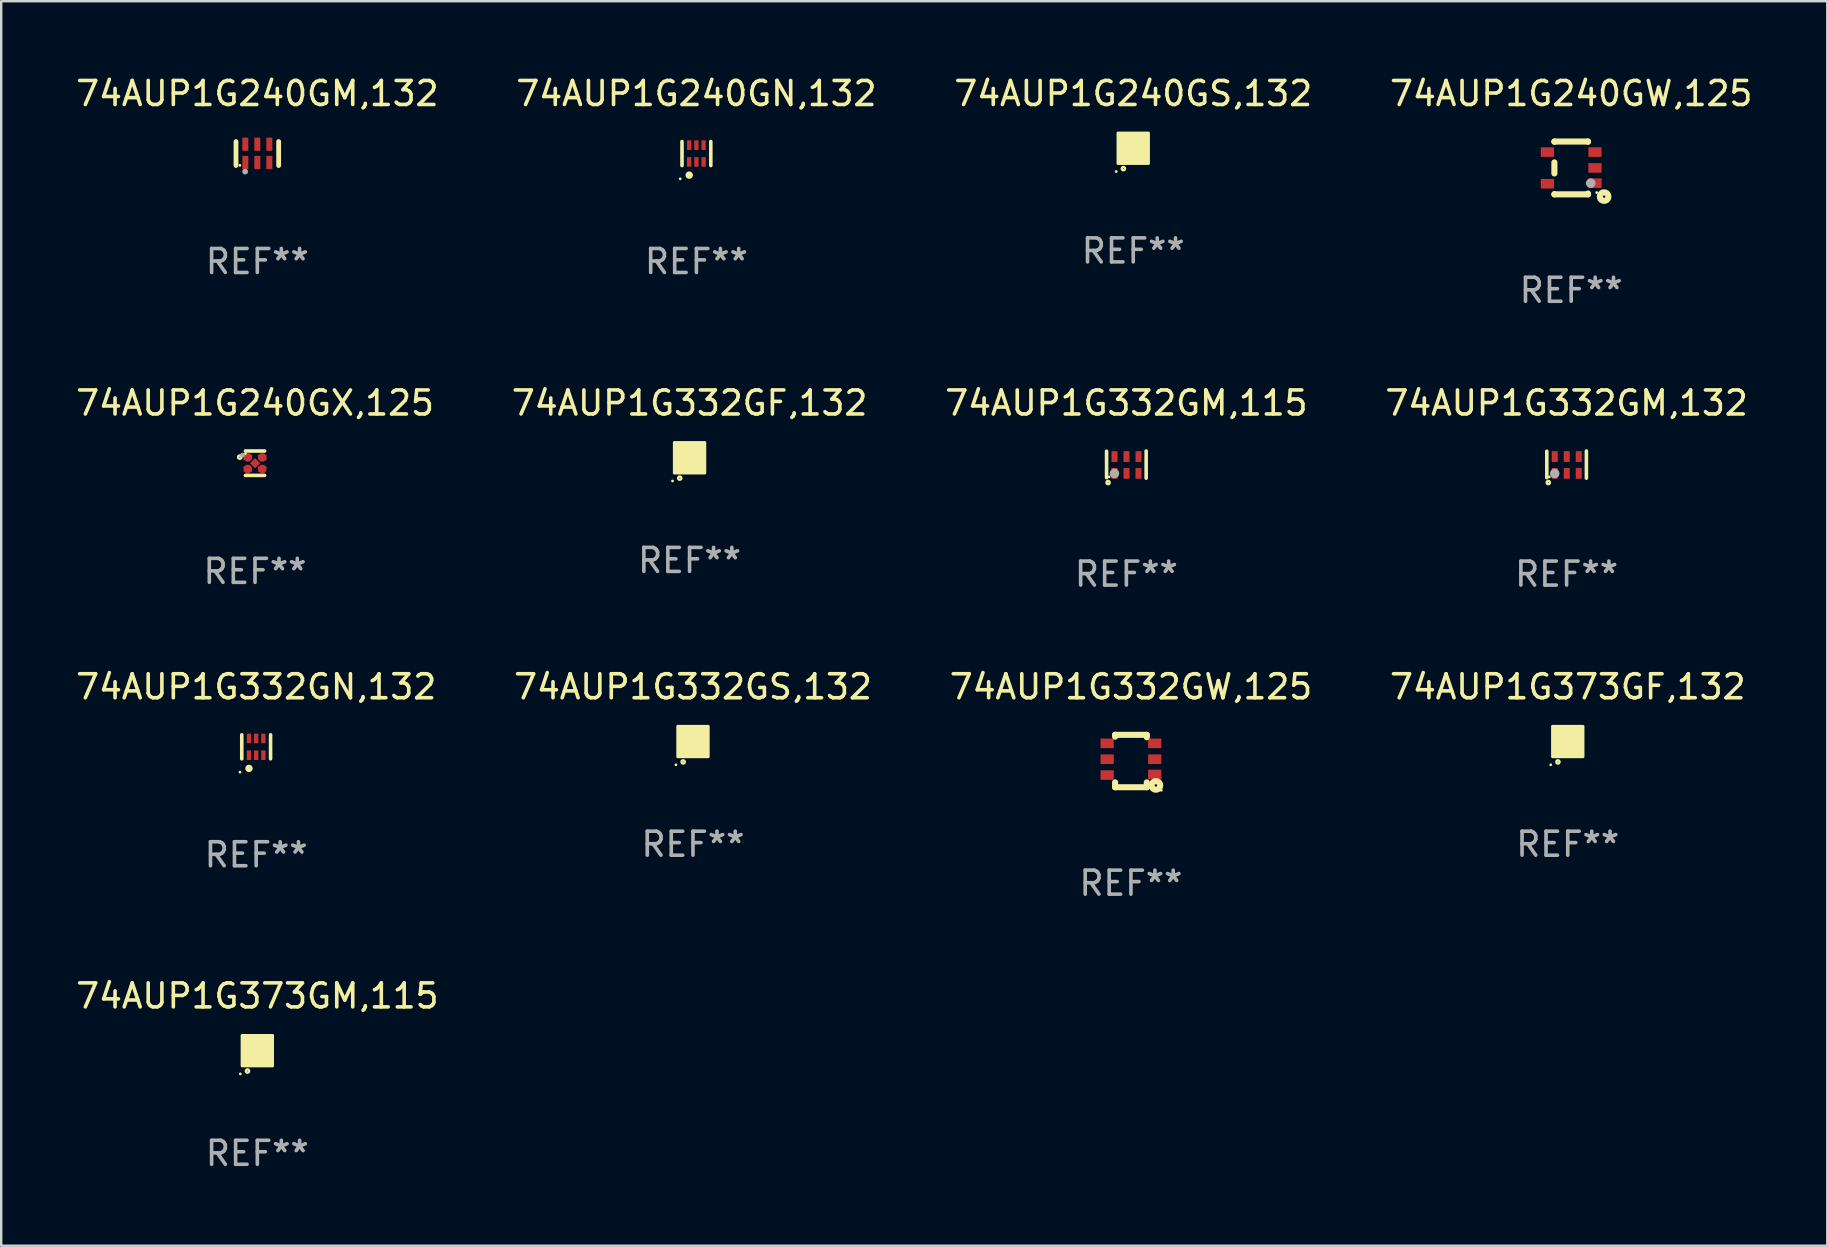
<source format=kicad_pcb>
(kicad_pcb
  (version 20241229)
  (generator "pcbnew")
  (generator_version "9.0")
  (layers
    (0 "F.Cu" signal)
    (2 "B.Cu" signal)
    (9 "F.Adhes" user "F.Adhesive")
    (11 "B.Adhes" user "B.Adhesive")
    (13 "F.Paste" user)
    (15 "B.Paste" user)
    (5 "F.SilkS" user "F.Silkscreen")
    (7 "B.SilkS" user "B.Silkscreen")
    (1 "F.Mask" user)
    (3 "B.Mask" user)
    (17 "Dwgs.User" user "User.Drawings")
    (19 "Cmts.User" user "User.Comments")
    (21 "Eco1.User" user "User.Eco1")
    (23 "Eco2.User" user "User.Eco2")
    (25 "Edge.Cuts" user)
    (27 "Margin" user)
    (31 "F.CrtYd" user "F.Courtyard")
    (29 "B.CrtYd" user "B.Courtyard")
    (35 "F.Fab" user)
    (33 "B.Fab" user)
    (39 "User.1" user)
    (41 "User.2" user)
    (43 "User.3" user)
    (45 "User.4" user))
  (footprint "74AUP1G240GW,125"
    (layer "F.Cu")
    (at 62.423 3.948)
    (property "Reference" "74AUP1G240GW,125" (at 0 -3.1 0) (layer "F.SilkS") (effects (font (size 1 1) (thickness 0.15))))
    (attr through_hole)
    (fp_line (start -0.7 -1.1) (end 0.7 -1.1) (stroke (width 0.254) (type solid)) (layer "F.SilkS"))
    (fp_line (start -0.7 -1.09) (end -0.7 -1.1) (stroke (width 0.254) (type solid)) (layer "F.SilkS"))
    (fp_line (start -0.7 0.23) (end -0.7 -0.23) (stroke (width 0.254) (type solid)) (layer "F.SilkS"))
    (fp_line (start -0.7 1.1) (end -0.7 1.09) (stroke (width 0.254) (type solid)) (layer "F.SilkS"))
    (fp_line (start -0.7 1.1) (end 0.7 1.1) (stroke (width 0.254) (type solid)) (layer "F.SilkS"))
    (fp_line (start 0.7 -1.09) (end 0.7 -1.1) (stroke (width 0.254) (type solid)) (layer "F.SilkS"))
    (fp_line (start 0.7 1.1) (end 0.7 1.065) (stroke (width 0.254) (type solid)) (layer "F.SilkS"))
    (fp_circle (center 1.062 1.025) (end 1.092 1.025) (stroke (width 0.06) (type solid)) (fill no) (layer "F.SilkS"))
    (fp_circle (center 1.372 1.194) (end 1.422 1.194) (stroke (width 0.254) (type solid)) (fill no) (layer "F.SilkS"))
    (fp_circle (center 0.813 0.635) (end 0.913 0.635) (stroke (width 0.2) (type solid)) (fill no) (layer "F.Fab"))
    (fp_text user "REF**" (at 0 5.1 0) (layer "F.Fab") (effects (font (size 1 1) (thickness 0.15))))
    (pad "1" smd rect (at 0.991 0.635 270) (size 0.399 0.551) (layers "F.Cu" "F.Mask" "F.Paste"))
    (pad "2" smd rect (at 0.991 0.000051 270) (size 0.399 0.551) (layers "F.Cu" "F.Mask" "F.Paste"))
    (pad "3" smd rect (at 0.991 -0.66 270) (size 0.399 0.551) (layers "F.Cu" "F.Mask" "F.Paste"))
    (pad "4" smd rect (at -0.991 -0.66 270) (size 0.399 0.551) (layers "F.Cu" "F.Mask" "F.Paste"))
    (pad "5" smd rect (at -0.991 0.66 270) (size 0.399 0.551) (layers "F.Cu" "F.Mask" "F.Paste")))
  (footprint "74AUP1G240GM,132"
    (layer "F.Cu")
    (at 7.673 3.348)
    (property "Reference" "74AUP1G240GM,132" (at 0 -2.5 0) (layer "F.SilkS") (effects (font (size 1 1) (thickness 0.15))))
    (attr through_hole)
    (fp_line (start -0.889 0.5) (end -0.889 -0.5) (stroke (width 0.2) (type solid)) (layer "F.SilkS"))
    (fp_line (start 0.889 0.5) (end 0.889 -0.5) (stroke (width 0.2) (type solid)) (layer "F.SilkS"))
    (fp_circle (center -0.725 0.492) (end -0.695 0.492) (stroke (width 0.06) (type solid)) (fill no) (layer "F.SilkS"))
    (fp_circle (center -0.508 0.754) (end -0.448 0.754) (stroke (width 0.12) (type solid)) (fill no) (layer "F.Fab"))
    (fp_text user "REF**" (at 0 4.5 0) (layer "F.Fab") (effects (font (size 1 1) (thickness 0.15))))
    (pad "1" smd rect (at -0.5 0.372) (size 0.25 0.55) (layers "F.Cu" "F.Mask" "F.Paste"))
    (pad "2" smd rect (at -0.000127 0.372) (size 0.25 0.55) (layers "F.Cu" "F.Mask" "F.Paste"))
    (pad "3" smd rect (at 0.5 0.372) (size 0.25 0.55) (layers "F.Cu" "F.Mask" "F.Paste"))
    (pad "4" smd rect (at 0.5 -0.388 180) (size 0.25 0.55) (layers "F.Cu" "F.Mask" "F.Paste"))
    (pad "5" smd rect (at -0.000127 -0.388 180) (size 0.25 0.55) (layers "F.Cu" "F.Mask" "F.Paste"))
    (pad "6" smd rect (at -0.5 -0.388 180) (size 0.25 0.55) (layers "F.Cu" "F.Mask" "F.Paste")))
  (footprint "74AUP1G240GN,132"
    (layer "F.Cu")
    (at 25.97 3.348)
    (property "Reference" "74AUP1G240GN,132" (at 0 -2.5 0) (layer "F.SilkS") (effects (font (size 1 1) (thickness 0.15))))
    (attr through_hole)
    (fp_line (start -0.6 -0.5) (end -0.6 0.5) (stroke (width 0.15) (type solid)) (layer "F.SilkS"))
    (fp_line (start 0.6 0.5) (end 0.6 -0.5) (stroke (width 0.15) (type solid)) (layer "F.SilkS"))
    (fp_circle (center -0.675 1.055) (end -0.645 1.055) (stroke (width 0.06) (type solid)) (fill no) (layer "F.SilkS"))
    (fp_circle (center -0.3 0.9) (end -0.22 0.9) (stroke (width 0.15) (type solid)) (fill no) (layer "F.SilkS"))
    (fp_text user "REF**" (at 0 4.5 0) (layer "F.Fab") (effects (font (size 1 1) (thickness 0.15))))
    (pad "1" smd rect (at -0.3 0.35) (size 0.18 0.4) (layers "F.Cu" "F.Mask" "F.Paste"))
    (pad "2" smd rect (at 0.000025 0.35) (size 0.18 0.4) (layers "F.Cu" "F.Mask" "F.Paste"))
    (pad "3" smd rect (at 0.3 0.35) (size 0.18 0.4) (layers "F.Cu" "F.Mask" "F.Paste"))
    (pad "4" smd rect (at 0.3 -0.35) (size 0.18 0.4) (layers "F.Cu" "F.Mask" "F.Paste"))
    (pad "5" smd rect (at 0.000025 -0.35) (size 0.18 0.4) (layers "F.Cu" "F.Mask" "F.Paste"))
    (pad "6" smd rect (at -0.3 -0.35) (size 0.18 0.4) (layers "F.Cu" "F.Mask" "F.Paste")))
  (footprint "74AUP1G240GS,132"
    (layer "F.Cu")
    (at 44.173 3.128)
    (property "Reference" "74AUP1G240GS,132" (at 0 -2.28 0) (layer "F.SilkS") (effects (font (size 1 1) (thickness 0.15))))
    (attr through_hole)
    (fp_circle (center -0.71 0.968) (end -0.68 0.968) (stroke (width 0.06) (type solid)) (fill no) (layer "F.SilkS"))
    (fp_circle (center -0.41 0.85) (end -0.342 0.85) (stroke (width 0.1) (type solid)) (fill no) (layer "F.SilkS"))
    (fp_poly (pts (xy -0.635 -0.635) (xy 0.635 -0.635) (xy 0.635 0.635) (xy -0.635 0.635)) (stroke (width 0.12) (type solid)) (fill yes) (layer "F.SilkS"))
    (fp_text user "REF**" (at 0 4.28 0) (layer "F.Fab") (effects (font (size 1 1) (thickness 0.15))))
    (pad "1" smd rect (at -0.35 0.28 90) (size 0.35 0.2) (layers "F.Cu" "F.Mask" "F.Paste"))
    (pad "2" smd rect (at 0 0.28 90) (size 0.35 0.2) (layers "F.Cu" "F.Mask" "F.Paste"))
    (pad "3" smd rect (at 0.35 0.28 90) (size 0.35 0.2) (layers "F.Cu" "F.Mask" "F.Paste"))
    (pad "4" smd rect (at 0.35 -0.28 90) (size 0.35 0.2) (layers "F.Cu" "F.Mask" "F.Paste"))
    (pad "5" smd rect (at 0 -0.28 90) (size 0.35 0.2) (layers "F.Cu" "F.Mask" "F.Paste"))
    (pad "6" smd rect (at -0.35 -0.28 90) (size 0.35 0.2) (layers "F.Cu" "F.Mask" "F.Paste")))
  (footprint "74AUP1G373GM,115"
    (layer "F.Cu")
    (at 7.673 40.732)
    (property "Reference" "74AUP1G373GM,115" (at 0 -2.28 0) (layer "F.SilkS") (effects (font (size 1 1) (thickness 0.15))))
    (attr through_hole)
    (fp_circle (center -0.71 0.968) (end -0.68 0.968) (stroke (width 0.06) (type solid)) (fill no) (layer "F.SilkS"))
    (fp_circle (center -0.41 0.85) (end -0.342 0.85) (stroke (width 0.1) (type solid)) (fill no) (layer "F.SilkS"))
    (fp_poly (pts (xy -0.635 -0.635) (xy 0.635 -0.635) (xy 0.635 0.635) (xy -0.635 0.635)) (stroke (width 0.12) (type solid)) (fill yes) (layer "F.SilkS"))
    (fp_text user "REF**" (at 0 4.28 0) (layer "F.Fab") (effects (font (size 1 1) (thickness 0.15))))
    (pad "1" smd rect (at -0.35 0.28 90) (size 0.35 0.2) (layers "F.Cu" "F.Mask" "F.Paste"))
    (pad "2" smd rect (at 0 0.28 90) (size 0.35 0.2) (layers "F.Cu" "F.Mask" "F.Paste"))
    (pad "3" smd rect (at 0.35 0.28 90) (size 0.35 0.2) (layers "F.Cu" "F.Mask" "F.Paste"))
    (pad "4" smd rect (at 0.35 -0.28 90) (size 0.35 0.2) (layers "F.Cu" "F.Mask" "F.Paste"))
    (pad "5" smd rect (at 0 -0.28 90) (size 0.35 0.2) (layers "F.Cu" "F.Mask" "F.Paste"))
    (pad "6" smd rect (at -0.35 -0.28 90) (size 0.35 0.2) (layers "F.Cu" "F.Mask" "F.Paste")))
  (footprint "74AUP1G332GF,132"
    (layer "F.Cu")
    (at 25.685 16.025)
    (property "Reference" "74AUP1G332GF,132" (at 0 -2.28 0) (layer "F.SilkS") (effects (font (size 1 1) (thickness 0.15))))
    (attr through_hole)
    (fp_circle (center -0.71 0.968) (end -0.68 0.968) (stroke (width 0.06) (type solid)) (fill no) (layer "F.SilkS"))
    (fp_circle (center -0.41 0.85) (end -0.342 0.85) (stroke (width 0.1) (type solid)) (fill no) (layer "F.SilkS"))
    (fp_poly (pts (xy -0.635 -0.635) (xy 0.635 -0.635) (xy 0.635 0.635) (xy -0.635 0.635)) (stroke (width 0.12) (type solid)) (fill yes) (layer "F.SilkS"))
    (fp_text user "REF**" (at 0 4.28 0) (layer "F.Fab") (effects (font (size 1 1) (thickness 0.15))))
    (pad "1" smd rect (at -0.35 0.28 90) (size 0.35 0.2) (layers "F.Cu" "F.Mask" "F.Paste"))
    (pad "2" smd rect (at 0 0.28 90) (size 0.35 0.2) (layers "F.Cu" "F.Mask" "F.Paste"))
    (pad "3" smd rect (at 0.35 0.28 90) (size 0.35 0.2) (layers "F.Cu" "F.Mask" "F.Paste"))
    (pad "4" smd rect (at 0.35 -0.28 90) (size 0.35 0.2) (layers "F.Cu" "F.Mask" "F.Paste"))
    (pad "5" smd rect (at 0 -0.28 90) (size 0.35 0.2) (layers "F.Cu" "F.Mask" "F.Paste"))
    (pad "6" smd rect (at -0.35 -0.28 90) (size 0.35 0.2) (layers "F.Cu" "F.Mask" "F.Paste")))
  (footprint "74AUP1G332GN,132"
    (layer "F.Cu")
    (at 7.625 28.071)
    (property "Reference" "74AUP1G332GN,132" (at 0 -2.5 0) (layer "F.SilkS") (effects (font (size 1 1) (thickness 0.15))))
    (attr through_hole)
    (fp_line (start -0.6 -0.5) (end -0.6 0.5) (stroke (width 0.15) (type solid)) (layer "F.SilkS"))
    (fp_line (start 0.6 0.5) (end 0.6 -0.5) (stroke (width 0.15) (type solid)) (layer "F.SilkS"))
    (fp_circle (center -0.675 1.055) (end -0.645 1.055) (stroke (width 0.06) (type solid)) (fill no) (layer "F.SilkS"))
    (fp_circle (center -0.3 0.9) (end -0.22 0.9) (stroke (width 0.15) (type solid)) (fill no) (layer "F.SilkS"))
    (fp_text user "REF**" (at 0 4.5 0) (layer "F.Fab") (effects (font (size 1 1) (thickness 0.15))))
    (pad "1" smd rect (at -0.3 0.35) (size 0.18 0.4) (layers "F.Cu" "F.Mask" "F.Paste"))
    (pad "2" smd rect (at 0.000025 0.35) (size 0.18 0.4) (layers "F.Cu" "F.Mask" "F.Paste"))
    (pad "3" smd rect (at 0.3 0.35) (size 0.18 0.4) (layers "F.Cu" "F.Mask" "F.Paste"))
    (pad "4" smd rect (at 0.3 -0.35) (size 0.18 0.4) (layers "F.Cu" "F.Mask" "F.Paste"))
    (pad "5" smd rect (at 0.000025 -0.35) (size 0.18 0.4) (layers "F.Cu" "F.Mask" "F.Paste"))
    (pad "6" smd rect (at -0.3 -0.35) (size 0.18 0.4) (layers "F.Cu" "F.Mask" "F.Paste")))
  (footprint "74AUP1G240GX,125"
    (layer "F.Cu")
    (at 7.577 16.253)
    (property "Reference" "74AUP1G240GX,125" (at 0 -2.508 0) (layer "F.SilkS") (effects (font (size 1 1) (thickness 0.15))))
    (attr through_hole)
    (fp_line (start 0.4 -0.508) (end -0.4 -0.508) (stroke (width 0.15) (type solid)) (layer "F.SilkS"))
    (fp_line (start 0.4 0.508) (end -0.4 0.508) (stroke (width 0.15) (type solid)) (layer "F.SilkS"))
    (fp_circle (center -0.635 -0.254) (end -0.615 -0.254) (stroke (width 0.1) (type solid)) (fill no) (layer "F.SilkS"))
    (fp_circle (center -0.401 -0.4) (end -0.371 -0.4) (stroke (width 0.06) (type solid)) (fill no) (layer "F.SilkS"))
    (fp_circle (center -0.523 -0.337) (end -0.473 -0.337) (stroke (width 0.1) (type solid)) (fill no) (layer "F.Fab"))
    (fp_text user "REF**" (at 0 4.508 0) (layer "F.Fab") (effects (font (size 1 1) (thickness 0.15))))
    (pad "1" smd custom (at -0.3 -0.24) (size 0.36 0.22) (layers "F.Cu" "F.Mask" "F.Paste") (options (anchor circle)) (primitives (gr_poly (pts (xy -0.18 -0.11) (xy -0.18 0.11) (xy 0.000127 0.11) (xy 0.18 -0.03) (xy 0.18 -0.11) (xy -0.18 -0.11)) (width 0) (fill yes))))
    (pad "2" smd custom (at -0.3 0.24) (size 0.36 0.22) (layers "F.Cu" "F.Mask" "F.Paste") (options (anchor circle)) (primitives (gr_poly (pts (xy -0.18 0.11) (xy -0.18 -0.11) (xy 0.000127 -0.11) (xy 0.18 0.03) (xy 0.18 0.11) (xy -0.18 0.11)) (width 0) (fill yes))))
    (pad "3" smd rect (at 0.000102 -0.000127 45) (size 0.3 0.3) (layers "F.Cu" "F.Mask" "F.Paste"))
    (pad "4" smd custom (at 0.3 0.24 180) (size 0.36 0.22) (layers "F.Cu" "F.Mask" "F.Paste") (options (anchor circle)) (primitives (gr_poly (pts (xy 0.18 0.11) (xy 0.18 -0.11) (xy -0.000178 -0.11) (xy -0.18 0.03) (xy -0.18 0.11) (xy 0.18 0.11)) (width 0) (fill yes))))
    (pad "5" smd custom (at 0.3 -0.24) (size 0.36 0.22) (layers "F.Cu" "F.Mask" "F.Paste") (options (anchor circle)) (primitives (gr_poly (pts (xy 0.18 -0.11) (xy 0.18 0.11) (xy -0.000152 0.11) (xy -0.18 -0.03) (xy -0.18 -0.11) (xy 0.18 -0.11)) (width 0) (fill yes)))))
  (footprint "74AUP1G332GW,125"
    (layer "F.Cu")
    (at 44.077 28.663)
    (property "Reference" "74AUP1G332GW,125" (at 0 -3.092 0) (layer "F.SilkS") (effects (font (size 1 1) (thickness 0.15))))
    (attr through_hole)
    (fp_line (start -0.66 -1.092) (end -0.66 -1.016) (stroke (width 0.254) (type solid)) (layer "F.SilkS"))
    (fp_line (start -0.66 1.092) (end -0.66 0.889) (stroke (width 0.254) (type solid)) (layer "F.SilkS"))
    (fp_line (start 0.66 -1.092) (end -0.66 -1.092) (stroke (width 0.254) (type solid)) (layer "F.SilkS"))
    (fp_line (start 0.66 -0.991) (end 0.66 -1.092) (stroke (width 0.254) (type solid)) (layer "F.SilkS"))
    (fp_line (start 0.66 0.889) (end 0.66 1.092) (stroke (width 0.254) (type solid)) (layer "F.SilkS"))
    (fp_line (start 0.66 1.092) (end -0.66 1.092) (stroke (width 0.254) (type solid)) (layer "F.SilkS"))
    (fp_circle (center 1.041 1.016) (end 1.092 1.016) (stroke (width 0.254) (type solid)) (fill no) (layer "F.SilkS"))
    (fp_circle (center 1.266 1.219) (end 1.296 1.219) (stroke (width 0.06) (type solid)) (fill no) (layer "F.SilkS"))
    (fp_text user "REF**" (at 0 5.092 0) (layer "F.Fab") (effects (font (size 1 1) (thickness 0.15))))
    (pad "1" smd rect (at 0.991 0.559 270) (size 0.399 0.551) (layers "F.Cu" "F.Mask" "F.Paste"))
    (pad "2" smd rect (at 0.991 -0.076 270) (size 0.399 0.551) (layers "F.Cu" "F.Mask" "F.Paste"))
    (pad "3" smd rect (at 0.991 -0.737 270) (size 0.399 0.551) (layers "F.Cu" "F.Mask" "F.Paste"))
    (pad "4" smd rect (at -0.991 -0.737 270) (size 0.399 0.551) (layers "F.Cu" "F.Mask" "F.Paste"))
    (pad "5" smd rect (at -0.991 -0.076 270) (size 0.399 0.551) (layers "F.Cu" "F.Mask" "F.Paste"))
    (pad "6" smd rect (at -0.991 0.584 270) (size 0.399 0.551) (layers "F.Cu" "F.Mask" "F.Paste")))
  (footprint "74AUP1G373GF,132"
    (layer "F.Cu")
    (at 62.28 27.851)
    (property "Reference" "74AUP1G373GF,132" (at 0 -2.28 0) (layer "F.SilkS") (effects (font (size 1 1) (thickness 0.15))))
    (attr through_hole)
    (fp_circle (center -0.71 0.968) (end -0.68 0.968) (stroke (width 0.06) (type solid)) (fill no) (layer "F.SilkS"))
    (fp_circle (center -0.41 0.85) (end -0.342 0.85) (stroke (width 0.1) (type solid)) (fill no) (layer "F.SilkS"))
    (fp_poly (pts (xy -0.635 -0.635) (xy 0.635 -0.635) (xy 0.635 0.635) (xy -0.635 0.635)) (stroke (width 0.12) (type solid)) (fill yes) (layer "F.SilkS"))
    (fp_text user "REF**" (at 0 4.28 0) (layer "F.Fab") (effects (font (size 1 1) (thickness 0.15))))
    (pad "1" smd rect (at -0.35 0.28 90) (size 0.35 0.2) (layers "F.Cu" "F.Mask" "F.Paste"))
    (pad "2" smd rect (at 0 0.28 90) (size 0.35 0.2) (layers "F.Cu" "F.Mask" "F.Paste"))
    (pad "3" smd rect (at 0.35 0.28 90) (size 0.35 0.2) (layers "F.Cu" "F.Mask" "F.Paste"))
    (pad "4" smd rect (at 0.35 -0.28 90) (size 0.35 0.2) (layers "F.Cu" "F.Mask" "F.Paste"))
    (pad "5" smd rect (at 0 -0.28 90) (size 0.35 0.2) (layers "F.Cu" "F.Mask" "F.Paste"))
    (pad "6" smd rect (at -0.35 -0.28 90) (size 0.35 0.2) (layers "F.Cu" "F.Mask" "F.Paste")))
  (footprint "74AUP1G332GM,115"
    (layer "F.Cu")
    (at 43.887 16.31)
    (property "Reference" "74AUP1G332GM,115" (at 0 -2.565 0) (layer "F.SilkS") (effects (font (size 1 1) (thickness 0.15))))
    (attr through_hole)
    (fp_line (start -0.825 -0.555) (end -0.825 0.545) (stroke (width 0.15) (type solid)) (layer "F.SilkS"))
    (fp_line (start 0.825 -0.565) (end 0.825 0.565) (stroke (width 0.15) (type solid)) (layer "F.SilkS"))
    (fp_circle (center -0.763 0.749) (end -0.695 0.749) (stroke (width 0.1) (type solid)) (fill no) (layer "F.SilkS"))
    (fp_circle (center -0.72 0.515) (end -0.69 0.515) (stroke (width 0.06) (type solid)) (fill no) (layer "F.SilkS"))
    (fp_circle (center -0.496 0.371) (end -0.396 0.371) (stroke (width 0.2) (type solid)) (fill no) (layer "F.Fab"))
    (fp_text user "REF**" (at 0 4.565 0) (layer "F.Fab") (effects (font (size 1 1) (thickness 0.15))))
    (pad "1" smd rect (at -0.495 0.365) (size 0.25 0.45) (layers "F.Cu" "F.Mask" "F.Paste"))
    (pad "2" smd rect (at 0.005 0.365) (size 0.25 0.45) (layers "F.Cu" "F.Mask" "F.Paste"))
    (pad "3" smd rect (at 0.505 0.365) (size 0.25 0.45) (layers "F.Cu" "F.Mask" "F.Paste"))
    (pad "4" smd rect (at 0.505 -0.335) (size 0.25 0.45) (layers "F.Cu" "F.Mask" "F.Paste"))
    (pad "5" smd rect (at 0.005 -0.335) (size 0.25 0.45) (layers "F.Cu" "F.Mask" "F.Paste"))
    (pad "6" smd rect (at -0.495 -0.335) (size 0.25 0.45) (layers "F.Cu" "F.Mask" "F.Paste")))
  (footprint "74AUP1G332GM,132"
    (layer "F.Cu")
    (at 62.232 16.31)
    (property "Reference" "74AUP1G332GM,132" (at 0 -2.565 0) (layer "F.SilkS") (effects (font (size 1 1) (thickness 0.15))))
    (attr through_hole)
    (fp_line (start -0.825 -0.555) (end -0.825 0.545) (stroke (width 0.15) (type solid)) (layer "F.SilkS"))
    (fp_line (start 0.825 -0.565) (end 0.825 0.565) (stroke (width 0.15) (type solid)) (layer "F.SilkS"))
    (fp_circle (center -0.763 0.749) (end -0.695 0.749) (stroke (width 0.1) (type solid)) (fill no) (layer "F.SilkS"))
    (fp_circle (center -0.72 0.515) (end -0.69 0.515) (stroke (width 0.06) (type solid)) (fill no) (layer "F.SilkS"))
    (fp_circle (center -0.496 0.371) (end -0.396 0.371) (stroke (width 0.2) (type solid)) (fill no) (layer "F.Fab"))
    (fp_text user "REF**" (at 0 4.565 0) (layer "F.Fab") (effects (font (size 1 1) (thickness 0.15))))
    (pad "1" smd rect (at -0.495 0.365) (size 0.25 0.45) (layers "F.Cu" "F.Mask" "F.Paste"))
    (pad "2" smd rect (at 0.005 0.365) (size 0.25 0.45) (layers "F.Cu" "F.Mask" "F.Paste"))
    (pad "3" smd rect (at 0.505 0.365) (size 0.25 0.45) (layers "F.Cu" "F.Mask" "F.Paste"))
    (pad "4" smd rect (at 0.505 -0.335) (size 0.25 0.45) (layers "F.Cu" "F.Mask" "F.Paste"))
    (pad "5" smd rect (at 0.005 -0.335) (size 0.25 0.45) (layers "F.Cu" "F.Mask" "F.Paste"))
    (pad "6" smd rect (at -0.495 -0.335) (size 0.25 0.45) (layers "F.Cu" "F.Mask" "F.Paste")))
  (footprint "74AUP1G332GS,132"
    (layer "F.Cu")
    (at 25.827 27.851)
    (property "Reference" "74AUP1G332GS,132" (at 0 -2.28 0) (layer "F.SilkS") (effects (font (size 1 1) (thickness 0.15))))
    (attr through_hole)
    (fp_circle (center -0.71 0.968) (end -0.68 0.968) (stroke (width 0.06) (type solid)) (fill no) (layer "F.SilkS"))
    (fp_circle (center -0.41 0.85) (end -0.342 0.85) (stroke (width 0.1) (type solid)) (fill no) (layer "F.SilkS"))
    (fp_poly (pts (xy -0.635 -0.635) (xy 0.635 -0.635) (xy 0.635 0.635) (xy -0.635 0.635)) (stroke (width 0.12) (type solid)) (fill yes) (layer "F.SilkS"))
    (fp_text user "REF**" (at 0 4.28 0) (layer "F.Fab") (effects (font (size 1 1) (thickness 0.15))))
    (pad "1" smd rect (at -0.35 0.28 90) (size 0.35 0.2) (layers "F.Cu" "F.Mask" "F.Paste"))
    (pad "2" smd rect (at 0 0.28 90) (size 0.35 0.2) (layers "F.Cu" "F.Mask" "F.Paste"))
    (pad "3" smd rect (at 0.35 0.28 90) (size 0.35 0.2) (layers "F.Cu" "F.Mask" "F.Paste"))
    (pad "4" smd rect (at 0.35 -0.28 90) (size 0.35 0.2) (layers "F.Cu" "F.Mask" "F.Paste"))
    (pad "5" smd rect (at 0 -0.28 90) (size 0.35 0.2) (layers "F.Cu" "F.Mask" "F.Paste"))
    (pad "6" smd rect (at -0.35 -0.28 90) (size 0.35 0.2) (layers "F.Cu" "F.Mask" "F.Paste")))
  (gr_rect
    (start -3 -3)
    (end 73.095 48.86)
    (stroke (width 0.1) (type default))
    (fill no)
    (layer "Edge.Cuts")))
</source>
